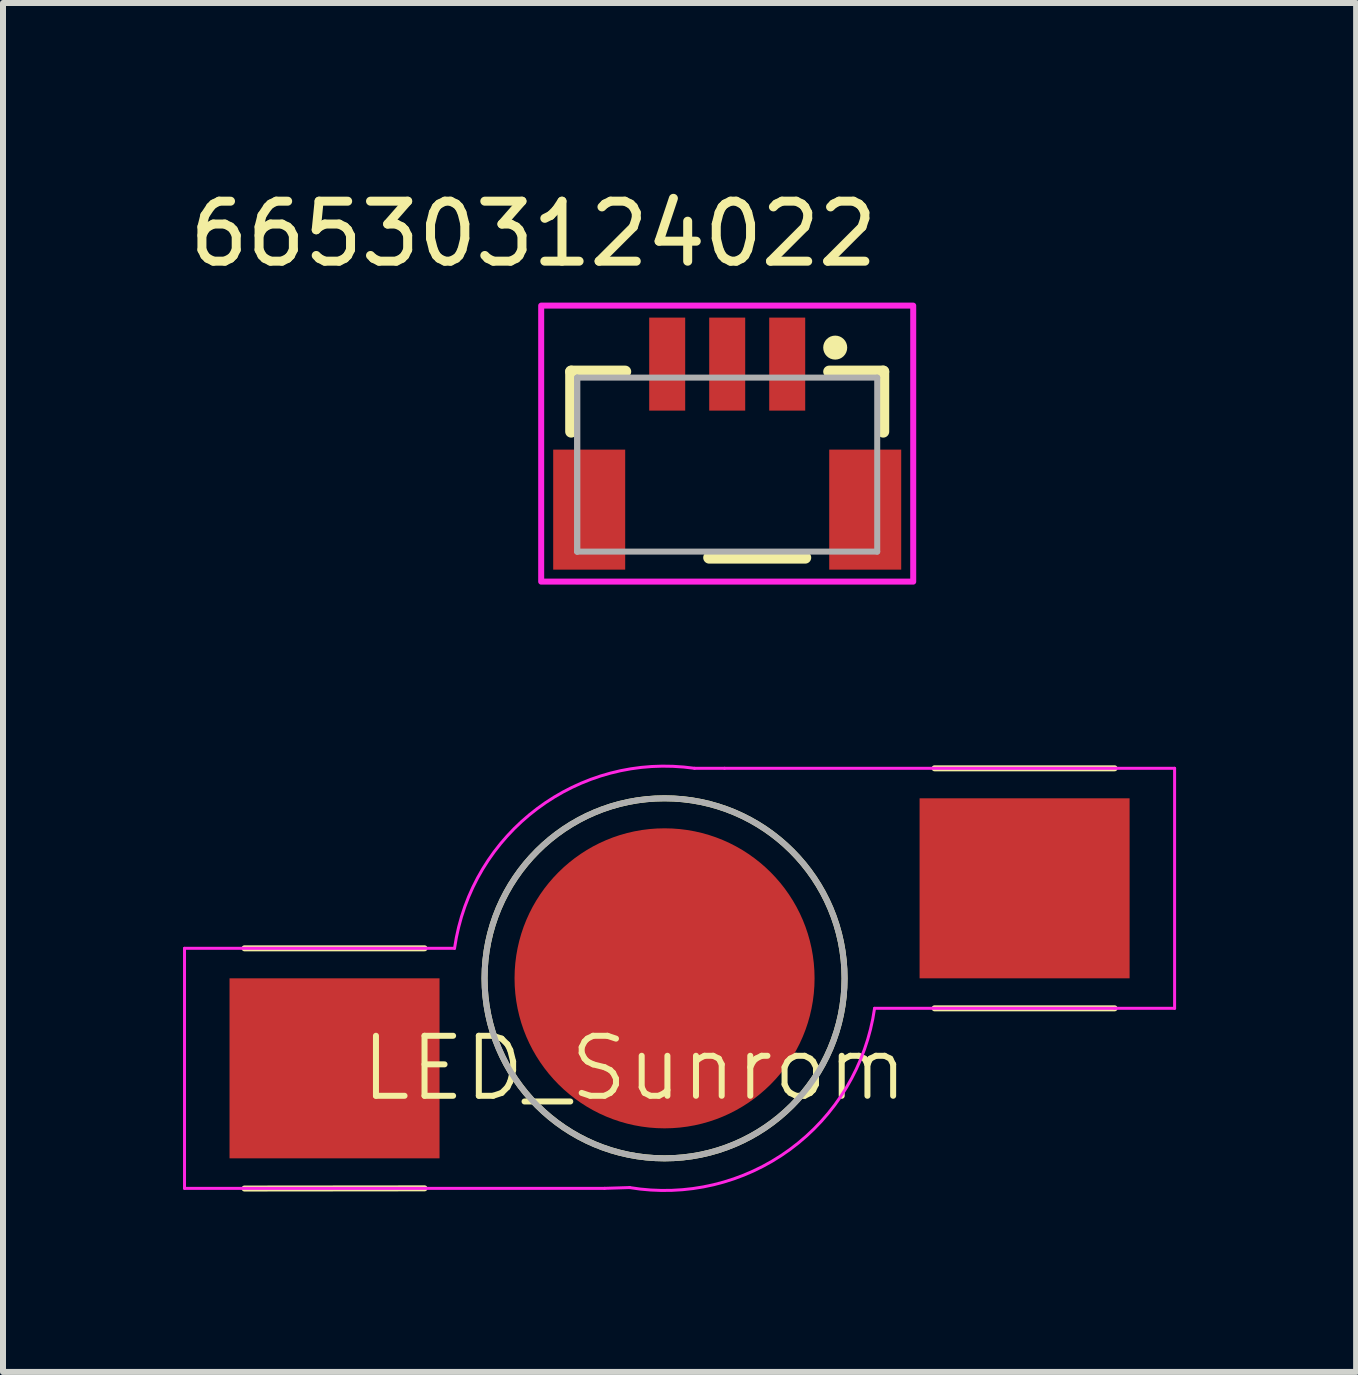
<source format=kicad_pcb>
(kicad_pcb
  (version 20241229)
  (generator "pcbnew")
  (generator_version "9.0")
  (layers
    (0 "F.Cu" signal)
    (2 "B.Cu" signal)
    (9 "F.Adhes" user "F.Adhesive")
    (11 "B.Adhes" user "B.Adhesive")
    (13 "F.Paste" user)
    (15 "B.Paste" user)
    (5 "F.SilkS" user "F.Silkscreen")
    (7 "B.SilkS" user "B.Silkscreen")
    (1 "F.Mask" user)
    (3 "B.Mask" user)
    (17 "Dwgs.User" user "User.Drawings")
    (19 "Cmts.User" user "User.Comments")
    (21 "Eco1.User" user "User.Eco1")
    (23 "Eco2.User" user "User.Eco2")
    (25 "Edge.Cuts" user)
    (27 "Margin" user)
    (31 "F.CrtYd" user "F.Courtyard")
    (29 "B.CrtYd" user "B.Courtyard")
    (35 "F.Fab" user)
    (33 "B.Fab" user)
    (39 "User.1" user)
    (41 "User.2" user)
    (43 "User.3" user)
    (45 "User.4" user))
  (footprint "665303124022"
    (layer "F.Cu")
    (at 9.069 4.743)
    (property "Reference" "665303124022" (at -3.23 -3.895 0) (layer "F.SilkS") (effects (font (size 1 1) (thickness 0.15))))
    (attr smd)
    (fp_line (start -2.6 -1.6) (end -2.6 -0.6) (stroke (width 0.2) (type solid)) (layer "F.SilkS"))
    (fp_line (start -2.6 -1.6) (end -1.7 -1.6) (stroke (width 0.2) (type solid)) (layer "F.SilkS"))
    (fp_line (start -0.3 1.5) (end 1.3 1.5) (stroke (width 0.2) (type solid)) (layer "F.SilkS"))
    (fp_line (start 1.7 -1.6) (end 2.6 -1.6) (stroke (width 0.2) (type solid)) (layer "F.SilkS"))
    (fp_line (start 2.6 -1.6) (end 2.6 -0.6) (stroke (width 0.2) (type solid)) (layer "F.SilkS"))
    (fp_circle (center 1.8 -2) (end 1.9 -2) (stroke (width 0.2) (type solid)) (fill no) (layer "F.SilkS"))
    (fp_poly (pts (xy -3.1 -2.7) (xy 3.1 -2.7) (xy 3.1 1.9) (xy -3.1 1.9)) (stroke (width 0.1) (type solid)) (fill no) (layer "F.CrtYd"))
    (fp_line (start -2.5 1.4) (end -2.5 -1.5) (stroke (width 0.1) (type solid)) (layer "F.Fab"))
    (fp_line (start -2.5 1.4) (end -2.5 -1.5) (stroke (width 0.1) (type solid)) (layer "F.Fab"))
    (fp_line (start -2.5 1.4) (end 2.5 1.4) (stroke (width 0.1) (type solid)) (layer "F.Fab"))
    (fp_line (start 2.5 -1.5) (end -2.5 -1.5) (stroke (width 0.1) (type solid)) (layer "F.Fab"))
    (fp_line (start 2.5 -1.5) (end 2.5 1.4) (stroke (width 0.1) (type solid)) (layer "F.Fab"))
    (pad "" smd rect (at -2.3 0.7 180) (size 1.2 2) (layers "F.Cu" "F.Mask" "F.Paste"))
    (pad "" smd rect (at 2.3 0.7 180) (size 1.2 2) (layers "F.Cu" "F.Mask" "F.Paste"))
    (pad "1" smd rect (at 1 -1.725 180) (size 0.6 1.55) (layers "F.Cu" "F.Mask" "F.Paste"))
    (pad "2" smd rect (at 0 -1.725 180) (size 0.6 1.55) (layers "F.Cu" "F.Mask" "F.Paste"))
    (pad "3" smd rect (at -1 -1.725 180) (size 0.6 1.55) (layers "F.Cu" "F.Mask" "F.Paste")))
  (footprint "LED_Sunrom"
    (layer "F.Cu")
    (at 8.025 13.254)
    (property "Reference" "LED_Sunrom" (at -0.5 1.5 0) (unlocked yes) (layer "F.SilkS") (effects (font (size 1 1) (thickness 0.1))))
    (attr smd)
    (fp_line (start -7 -0.5) (end -4 -0.5) (stroke (width 0.1) (type default)) (layer "F.SilkS"))
    (fp_line (start -4 3.5) (end -7 3.503) (stroke (width 0.1) (type default)) (layer "F.SilkS"))
    (fp_line (start 4.5 -3.5) (end 7.5 -3.5) (stroke (width 0.1) (type default)) (layer "F.SilkS"))
    (fp_line (start 4.5 0.5) (end 7.5 0.5) (stroke (width 0.1) (type default)) (layer "F.SilkS"))
    (fp_circle (center 0 0) (end 3 0) (stroke (width 0.1) (type default)) (fill no) (layer "F.SilkS"))
    (fp_line (start -8 -0.5) (end -8 3.5) (stroke (width 0.05) (type default)) (layer "F.CrtYd"))
    (fp_line (start -8 3.5) (end -1 3.5) (stroke (width 0.05) (type default)) (layer "F.CrtYd"))
    (fp_line (start -3.5 -0.5) (end -8 -0.5) (stroke (width 0.05) (type default)) (layer "F.CrtYd"))
    (fp_line (start -1 3.5) (end -0.581 3.487) (stroke (width 0.05) (type default)) (layer "F.CrtYd"))
    (fp_line (start 0.5 -3.5) (end 1 -3.5) (stroke (width 0.05) (type default)) (layer "F.CrtYd"))
    (fp_line (start 7.5 0.5) (end 3.5 0.5) (stroke (width 0.05) (type default)) (layer "F.CrtYd"))
    (fp_line (start 8.5 -3.5) (end 1 -3.5) (stroke (width 0.05) (type default)) (layer "F.CrtYd"))
    (fp_line (start 8.5 -3.5) (end 8.5 0.5) (stroke (width 0.05) (type default)) (layer "F.CrtYd"))
    (fp_line (start 8.5 0.5) (end 7.5 0.5) (stroke (width 0.05) (type default)) (layer "F.CrtYd"))
    (fp_arc (start -3.499999 -0.499999) (mid -2.12132 -2.828426) (end 0.499999 -3.499999) (stroke (width 0.05) (type default)) (layer "F.CrtYd"))
    (fp_arc (start 3.499999 0.499999) (mid 2.088295 2.852896) (end -0.581238 3.487428) (stroke (width 0.05) (type default)) (layer "F.CrtYd"))
    (fp_circle (center 0 0) (end 3 0) (stroke (width 0.1) (type default)) (fill no) (layer "F.Fab"))
    (pad "" smd circle (at 0 0 90) (size 5 5) (layers "F.Cu" "F.Mask" "F.Paste"))
    (pad "1" smd rect (at -5.5 1.5 90) (size 3 3.5) (layers "F.Cu" "F.Mask" "F.Paste"))
    (pad "2" smd rect (at 6 -1.5 90) (size 3 3.5) (layers "F.Cu" "F.Mask" "F.Paste")))
  (gr_rect
    (start -3 -3)
    (end 19.55 19.814)
    (stroke (width 0.1) (type default))
    (fill no)
    (layer "Edge.Cuts")))
</source>
